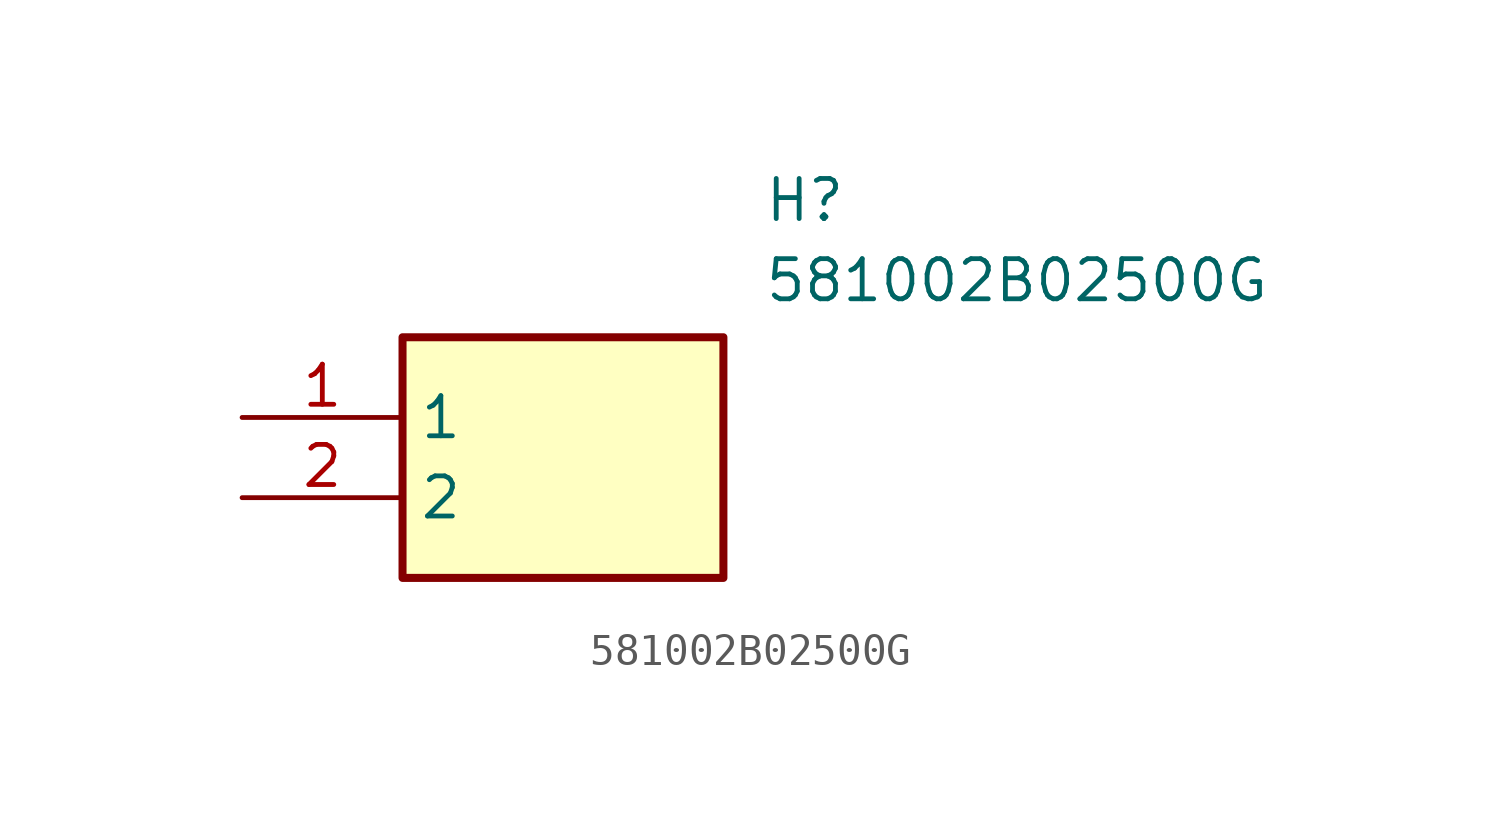
<source format=kicad_sym>
(kicad_symbol_lib
  (version 20220914)
  (generator kicad_symbol_editor)
  (symbol "581002B02500G"
    (property "Reference" "H"
      (at 16.51 7.62 0)
      (effects (font (size 1.27 1.27)) (justify left top)))
    (property "Value" "581002B02500G"
      (at 16.51 5.08 0)
      (effects (font (size 1.27 1.27)) (justify left top)))
    (symbol "581002B02500G_1_1"
      (rectangle (start 5.08 2.54) (end 15.24 -5.08) (stroke (width 0.254) (type default)) (fill (type background)))
      (pin passive line (at 0 0 0) (length 5.08) (name "1" (effects (font (size 1.27 1.27)))) (number "1" (effects (font (size 1.27 1.27)))))
      (pin passive line (at 0 -2.54 0) (length 5.08) (name "2" (effects (font (size 1.27 1.27)))) (number "2" (effects (font (size 1.27 1.27))))))))
</source>
